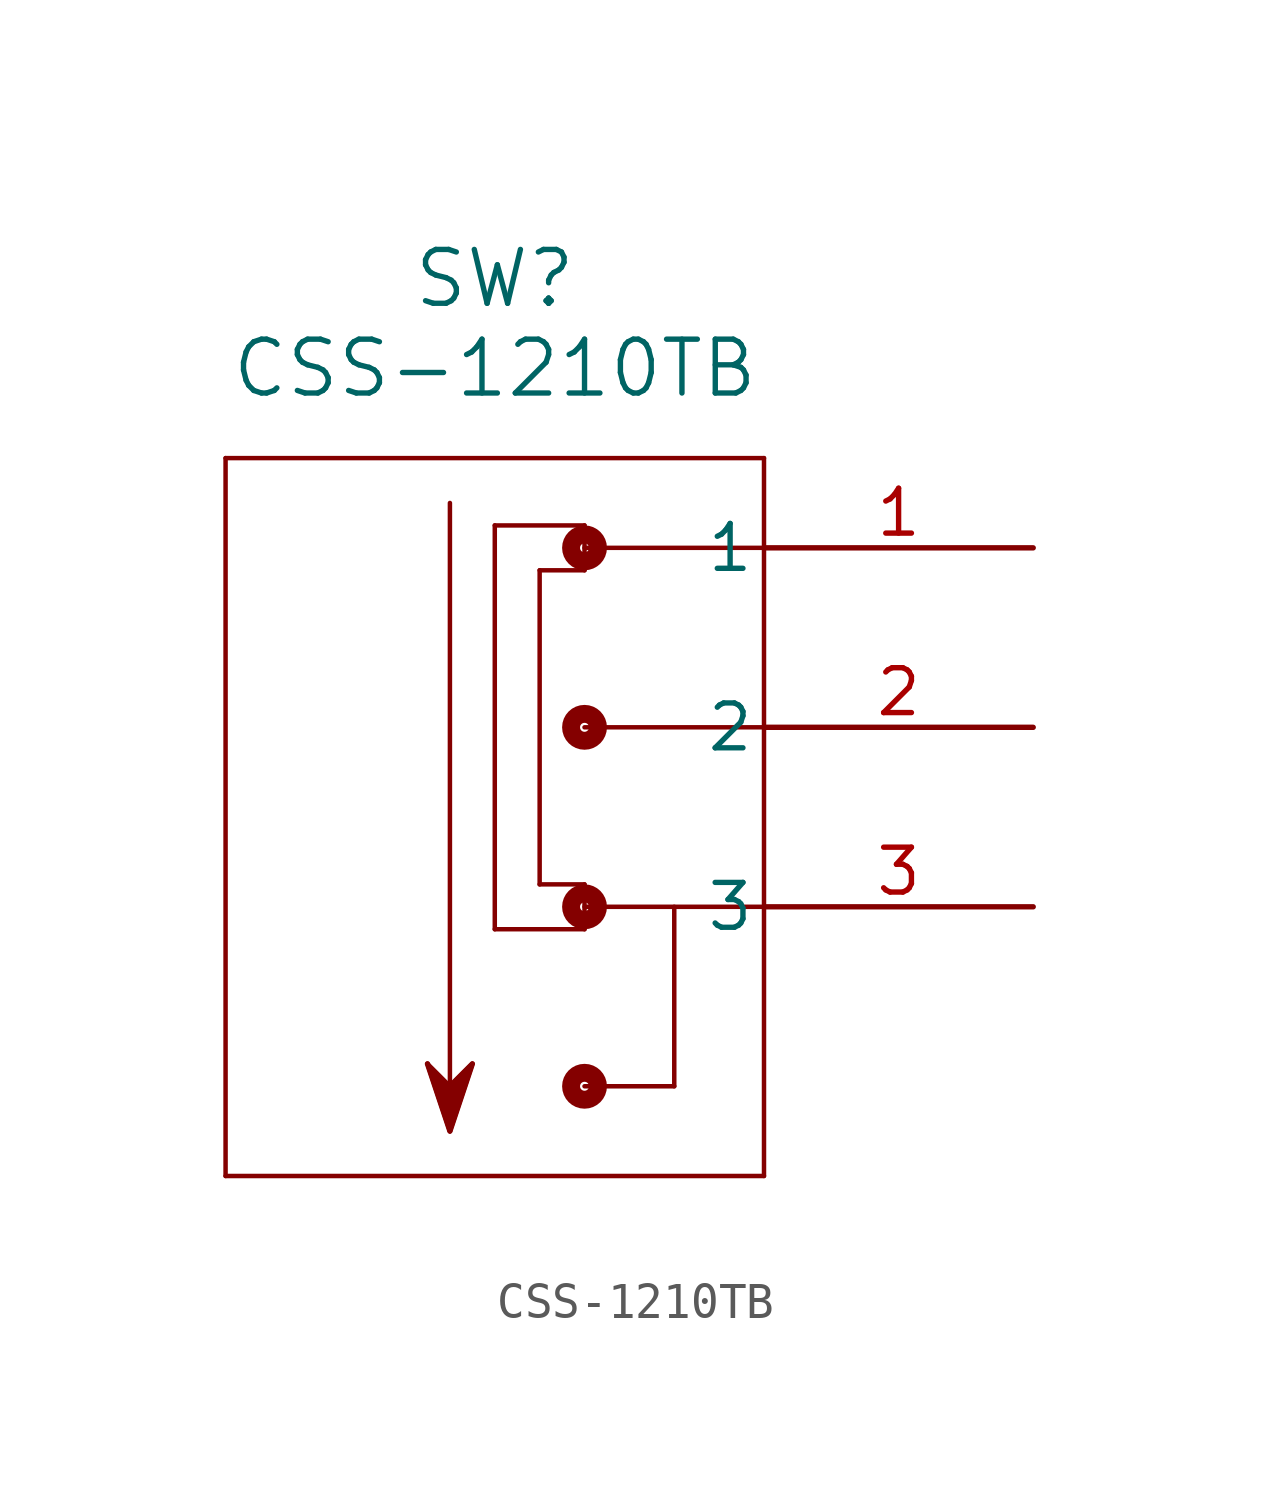
<source format=kicad_sym>
(kicad_symbol_lib
  (version 20211014)
  (generator kicad_symbol_editor)
  (symbol "CSS-1210TB"
    (pin_names
      (offset 0.254))
    (property "Reference" "SW"
      (at -20.32 10.16 0)
      (effects (font (size 1.524 1.524))))
    (property "Value" "CSS-1210TB"
      (at -20.32 7.62 0)
      (effects (font (size 1.524 1.524))))
    (symbol "CSS-1210TB_0_1"
      (polyline (pts (xy -27.94 5.08) (xy -27.94 -15.24)) (stroke (width 0.127) (type default) (color 0 0 0 0)) (fill (type none)))
      (polyline (pts (xy -27.94 -15.24) (xy -12.7 -15.24)) (stroke (width 0.127) (type default) (color 0 0 0 0)) (fill (type none)))
      (polyline (pts (xy -12.7 -15.24) (xy -12.7 5.08)) (stroke (width 0.127) (type default) (color 0 0 0 0)) (fill (type none)))
      (polyline (pts (xy -12.7 5.08) (xy -27.94 5.08)) (stroke (width 0.127) (type default) (color 0 0 0 0)) (fill (type none)))
      (polyline (pts (xy -12.7 2.54) (xy -17.78 2.54)) (stroke (width 0.127) (type default) (color 0 0 0 0)) (fill (type none)))
      (polyline (pts (xy -12.7 -2.54) (xy -17.78 -2.54)) (stroke (width 0.127) (type default) (color 0 0 0 0)) (fill (type none)))
      (polyline (pts (xy -12.7 -7.62) (xy -17.78 -7.62)) (stroke (width 0.127) (type default) (color 0 0 0 0)) (fill (type none)))
      (polyline (pts (xy -15.24 -12.7) (xy -17.78 -12.7)) (stroke (width 0.127) (type default) (color 0 0 0 0)) (fill (type none)))
      (circle (center -17.78 2.54) (radius 0.127) (stroke (width 0.508) (type default) (color 0 0 0 0)) (fill (type none)))
      (polyline (pts (xy -15.24 -7.62) (xy -15.24 -12.7)) (stroke (width 0.127) (type default) (color 0 0 0 0)) (fill (type none)))
      (circle (center -17.78 -2.54) (radius 0.127) (stroke (width 0.508) (type default) (color 0 0 0 0)) (fill (type none)))
      (circle (center -17.78 -7.62) (radius 0.127) (stroke (width 0.508) (type default) (color 0 0 0 0)) (fill (type none)))
      (polyline (pts (xy -17.78 1.905) (xy -17.78 3.175)) (stroke (width 0.127) (type default) (color 0 0 0 0)) (fill (type none)))
      (circle (center -17.78 -12.7) (radius 0.127) (stroke (width 0.508) (type default) (color 0 0 0 0)) (fill (type none)))
      (polyline (pts (xy -17.78 -6.985) (xy -17.78 -8.255)) (stroke (width 0.127) (type default) (color 0 0 0 0)) (fill (type none)))
      (polyline (pts (xy -17.78 -6.985) (xy -19.05 -6.985)) (stroke (width 0.127) (type default) (color 0 0 0 0)) (fill (type none)))
      (polyline (pts (xy -17.78 1.905) (xy -19.05 1.905)) (stroke (width 0.127) (type default) (color 0 0 0 0)) (fill (type none)))
      (polyline (pts (xy -19.05 1.905) (xy -19.05 -6.985)) (stroke (width 0.127) (type default) (color 0 0 0 0)) (fill (type none)))
      (polyline (pts (xy -17.78 -8.255) (xy -20.32 -8.255)) (stroke (width 0.127) (type default) (color 0 0 0 0)) (fill (type none)))
      (polyline (pts (xy -17.78 3.175) (xy -20.32 3.175)) (stroke (width 0.127) (type default) (color 0 0 0 0)) (fill (type none)))
      (polyline (pts (xy -20.32 3.175) (xy -20.32 -8.255)) (stroke (width 0.127) (type default) (color 0 0 0 0)) (fill (type none)))
      (polyline (pts (xy -21.59 3.81) (xy -21.59 -13.97)) (stroke (width 0.127) (type default) (color 0 0 0 0)) (fill (type none)))
      (polyline (pts (xy -21.59 -13.97) (xy -22.225 -12.065)) (stroke (width 0.127) (type default) (color 0 0 0 0)) (fill (type none)))
      (polyline (pts (xy -22.225 -12.065) (xy -21.59 -12.7)) (stroke (width 0.127) (type default) (color 0 0 0 0)) (fill (type none)))
      (polyline (pts (xy -21.59 -12.7) (xy -20.955 -12.065)) (stroke (width 0.127) (type default) (color 0 0 0 0)) (fill (type none)))
      (polyline (pts (xy -20.955 -12.065) (xy -21.59 -13.97)) (stroke (width 0.127) (type default) (color 0 0 0 0)) (fill (type none)))
      (polyline (pts (xy -22.225 -12.065) (xy -21.59 -13.97) (xy -20.955 -12.065) (xy -21.59 -12.7)) (stroke (width 0) (type default) (color 0 0 0 0)) (fill (type outline)))
      (pin unspecified line (at -5.08 2.54 180) (length 7.62) (name "1" (effects (font (size 1.27 1.27)))) (number "1" (effects (font (size 1.27 1.27)))))
      (pin unspecified line (at -5.08 -2.54 180) (length 7.62) (name "2" (effects (font (size 1.27 1.27)))) (number "2" (effects (font (size 1.27 1.27)))))
      (pin unspecified line (at -5.08 -7.62 180) (length 7.62) (name "3" (effects (font (size 1.27 1.27)))) (number "3" (effects (font (size 1.27 1.27))))))))
</source>
